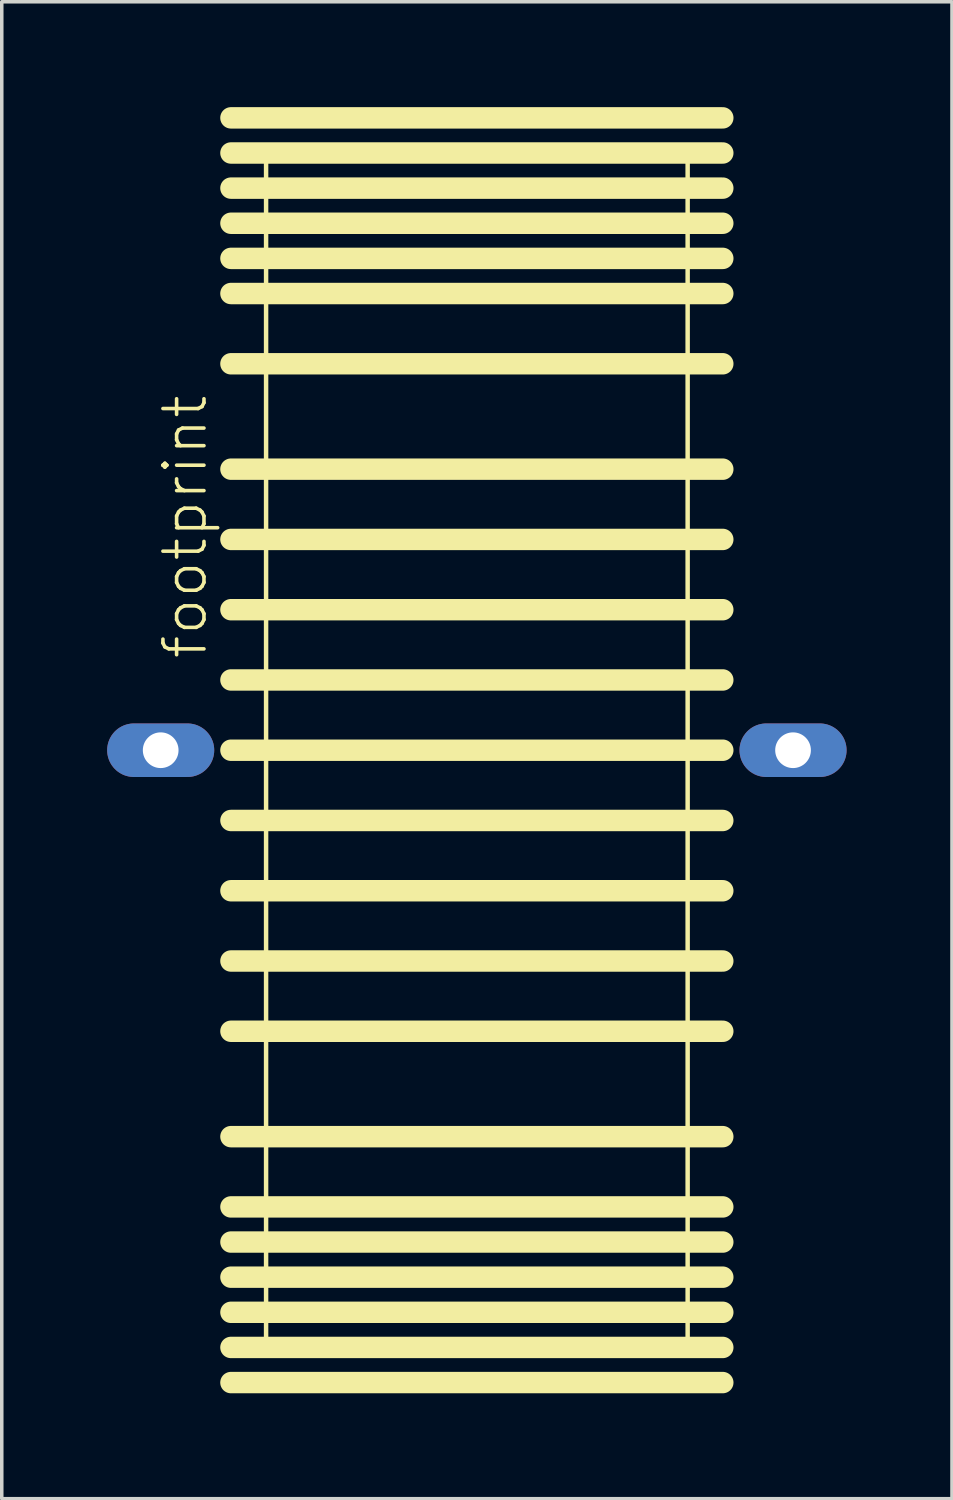
<source format=kicad_pcb>
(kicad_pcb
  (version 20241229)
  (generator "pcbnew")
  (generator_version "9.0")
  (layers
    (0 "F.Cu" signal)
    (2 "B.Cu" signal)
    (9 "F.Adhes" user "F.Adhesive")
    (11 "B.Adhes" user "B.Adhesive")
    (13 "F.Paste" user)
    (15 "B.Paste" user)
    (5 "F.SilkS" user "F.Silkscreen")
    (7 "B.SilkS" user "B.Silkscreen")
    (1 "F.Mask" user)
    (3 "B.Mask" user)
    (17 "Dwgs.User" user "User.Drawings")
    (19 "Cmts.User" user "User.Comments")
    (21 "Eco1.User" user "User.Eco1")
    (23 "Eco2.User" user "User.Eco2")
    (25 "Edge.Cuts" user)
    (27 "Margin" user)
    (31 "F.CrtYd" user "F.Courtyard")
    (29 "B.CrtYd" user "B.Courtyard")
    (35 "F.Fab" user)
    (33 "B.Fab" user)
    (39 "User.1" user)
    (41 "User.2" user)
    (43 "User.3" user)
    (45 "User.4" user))
  (footprint "footprint"
    (layer "F.Cu")
    (at 10.524 18.305)
    (property "Reference" "footprint" (at -7.62 -2.54 90) (layer "F.SilkS") (effects (font (size 1.168 1.168) (thickness 0.102)) (justify left bottom)))
    (fp_line (start -7 -18) (end 7 -18) (stroke (width 0.61) (type solid)) (layer "F.SilkS"))
    (fp_line (start -7 -17) (end 7 -17) (stroke (width 0.61) (type solid)) (layer "F.SilkS"))
    (fp_line (start -7 -16) (end 7 -16) (stroke (width 0.61) (type solid)) (layer "F.SilkS"))
    (fp_line (start -7 -15) (end 7 -15) (stroke (width 0.61) (type solid)) (layer "F.SilkS"))
    (fp_line (start -7 -14) (end 7 -14) (stroke (width 0.61) (type solid)) (layer "F.SilkS"))
    (fp_line (start -7 -13) (end 7 -13) (stroke (width 0.61) (type solid)) (layer "F.SilkS"))
    (fp_line (start -7 -11) (end 7 -11) (stroke (width 0.61) (type solid)) (layer "F.SilkS"))
    (fp_line (start -7 -8) (end 7 -8) (stroke (width 0.61) (type solid)) (layer "F.SilkS"))
    (fp_line (start -7 -6) (end 7 -6) (stroke (width 0.61) (type solid)) (layer "F.SilkS"))
    (fp_line (start -7 -4) (end 7 -4) (stroke (width 0.61) (type solid)) (layer "F.SilkS"))
    (fp_line (start -7 -2) (end 7 -2) (stroke (width 0.61) (type solid)) (layer "F.SilkS"))
    (fp_line (start -7 0) (end 7 0) (stroke (width 0.61) (type solid)) (layer "F.SilkS"))
    (fp_line (start -7 2) (end 7 2) (stroke (width 0.61) (type solid)) (layer "F.SilkS"))
    (fp_line (start -7 4) (end 7 4) (stroke (width 0.61) (type solid)) (layer "F.SilkS"))
    (fp_line (start -7 6) (end 7 6) (stroke (width 0.61) (type solid)) (layer "F.SilkS"))
    (fp_line (start -7 8) (end 7 8) (stroke (width 0.61) (type solid)) (layer "F.SilkS"))
    (fp_line (start -7 11) (end 7 11) (stroke (width 0.61) (type solid)) (layer "F.SilkS"))
    (fp_line (start -7 13) (end 7 13) (stroke (width 0.61) (type solid)) (layer "F.SilkS"))
    (fp_line (start -7 14) (end 7 14) (stroke (width 0.61) (type solid)) (layer "F.SilkS"))
    (fp_line (start -7 15) (end 7 15) (stroke (width 0.61) (type solid)) (layer "F.SilkS"))
    (fp_line (start -7 16) (end 7 16) (stroke (width 0.61) (type solid)) (layer "F.SilkS"))
    (fp_line (start -7 17) (end 7 17) (stroke (width 0.61) (type solid)) (layer "F.SilkS"))
    (fp_line (start -7 18) (end 7 18) (stroke (width 0.61) (type solid)) (layer "F.SilkS"))
    (fp_line (start -6 -17) (end 6 -17) (stroke (width 0.127) (type solid)) (layer "F.SilkS"))
    (fp_line (start -6 17) (end -6 -17) (stroke (width 0.127) (type solid)) (layer "F.SilkS"))
    (fp_line (start 6 -17) (end 6 17) (stroke (width 0.127) (type solid)) (layer "F.SilkS"))
    (fp_line (start 6 17) (end -6 17) (stroke (width 0.127) (type solid)) (layer "F.SilkS"))
    (pad "1" thru_hole oval (at -9 0) (size 3.048 1.524) (drill 1.016) (layers "*.Cu" "*.Mask"))
    (pad "2" thru_hole oval (at 9 0) (size 3.048 1.524) (drill 1.016) (layers "*.Cu" "*.Mask")))
  (gr_rect
    (start -3 -3)
    (end 24.048 39.61)
    (stroke (width 0.1) (type default))
    (fill no)
    (layer "Edge.Cuts")))
</source>
